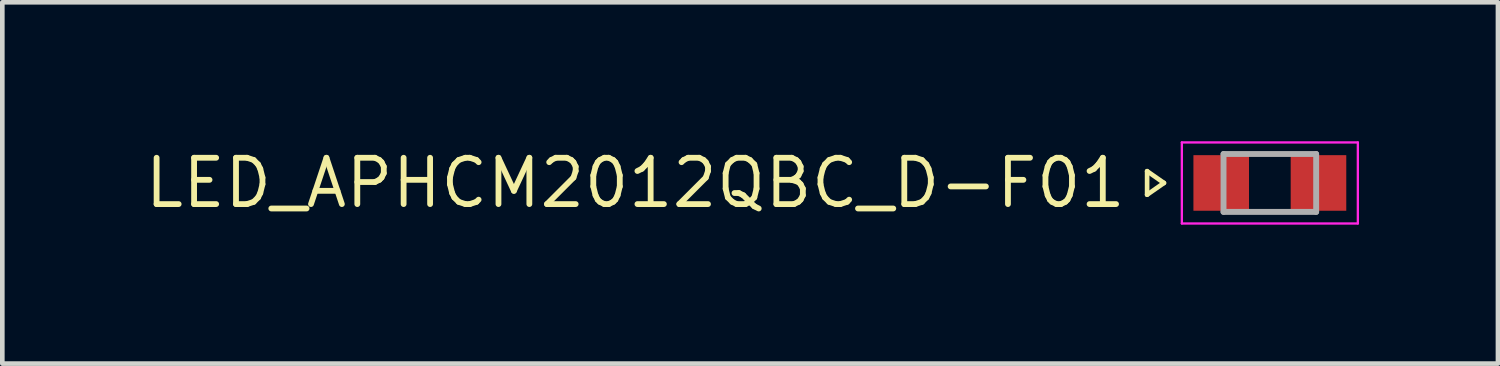
<source format=kicad_pcb>
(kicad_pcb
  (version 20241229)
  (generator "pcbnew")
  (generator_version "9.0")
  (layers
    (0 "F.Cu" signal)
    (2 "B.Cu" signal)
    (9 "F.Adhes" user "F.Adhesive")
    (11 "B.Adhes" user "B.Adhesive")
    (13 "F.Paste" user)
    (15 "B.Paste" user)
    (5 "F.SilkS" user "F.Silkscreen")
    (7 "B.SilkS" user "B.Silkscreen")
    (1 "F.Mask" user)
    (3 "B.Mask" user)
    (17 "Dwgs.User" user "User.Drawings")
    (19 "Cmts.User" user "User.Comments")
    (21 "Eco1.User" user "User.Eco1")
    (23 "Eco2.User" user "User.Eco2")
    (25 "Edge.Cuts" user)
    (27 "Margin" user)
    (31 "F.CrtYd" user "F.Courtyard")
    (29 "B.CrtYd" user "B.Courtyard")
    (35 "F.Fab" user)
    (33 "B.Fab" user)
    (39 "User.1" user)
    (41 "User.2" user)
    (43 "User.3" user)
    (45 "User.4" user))
  (footprint "LED_APHCM2012QBC_D-F01"
    (layer "F.Cu")
    (at 24.366 0.9)
    (property "Reference" "LED_APHCM2012QBC_D-F01" (at -3.048 0 0) (layer "F.SilkS") (effects (font (size 1 1) (thickness 0.125)) (justify right)))
    (attr smd)
    (fp_line (start -2.65 -0.254) (end -2.65 0.254) (stroke (width 0.1) (type default)) (layer "F.SilkS"))
    (fp_line (start -2.65 0.254) (end -2.286 0) (stroke (width 0.1) (type default)) (layer "F.SilkS"))
    (fp_line (start -2.286 0) (end -2.65 -0.254) (stroke (width 0.1) (type default)) (layer "F.SilkS"))
    (fp_line (start -1.9 -0.875) (end -1.9 0.875) (stroke (width 0.05) (type solid)) (layer "F.CrtYd"))
    (fp_line (start -1.9 0.875) (end 1.9 0.875) (stroke (width 0.05) (type solid)) (layer "F.CrtYd"))
    (fp_line (start 1.9 -0.875) (end -1.9 -0.875) (stroke (width 0.05) (type solid)) (layer "F.CrtYd"))
    (fp_line (start 1.9 0.875) (end 1.9 -0.875) (stroke (width 0.05) (type solid)) (layer "F.CrtYd"))
    (fp_line (start -1 -0.625) (end 1 -0.625) (stroke (width 0.127) (type solid)) (layer "F.Fab"))
    (fp_line (start -1 0.625) (end -1 -0.625) (stroke (width 0.127) (type solid)) (layer "F.Fab"))
    (fp_line (start 1 -0.625) (end 1 0.625) (stroke (width 0.127) (type solid)) (layer "F.Fab"))
    (fp_line (start 1 0.625) (end -1 0.625) (stroke (width 0.127) (type solid)) (layer "F.Fab"))
    (pad "1" smd rect (at -1.05 0) (size 1.2 1.2) (layers "F.Cu" "F.Mask" "F.Paste"))
    (pad "2" smd rect (at 1.05 0) (size 1.2 1.2) (layers "F.Cu" "F.Mask" "F.Paste")))
  (gr_rect
    (start -3 -3)
    (end 29.291 4.8)
    (stroke (width 0.1) (type default))
    (fill no)
    (layer "Edge.Cuts")))
</source>
